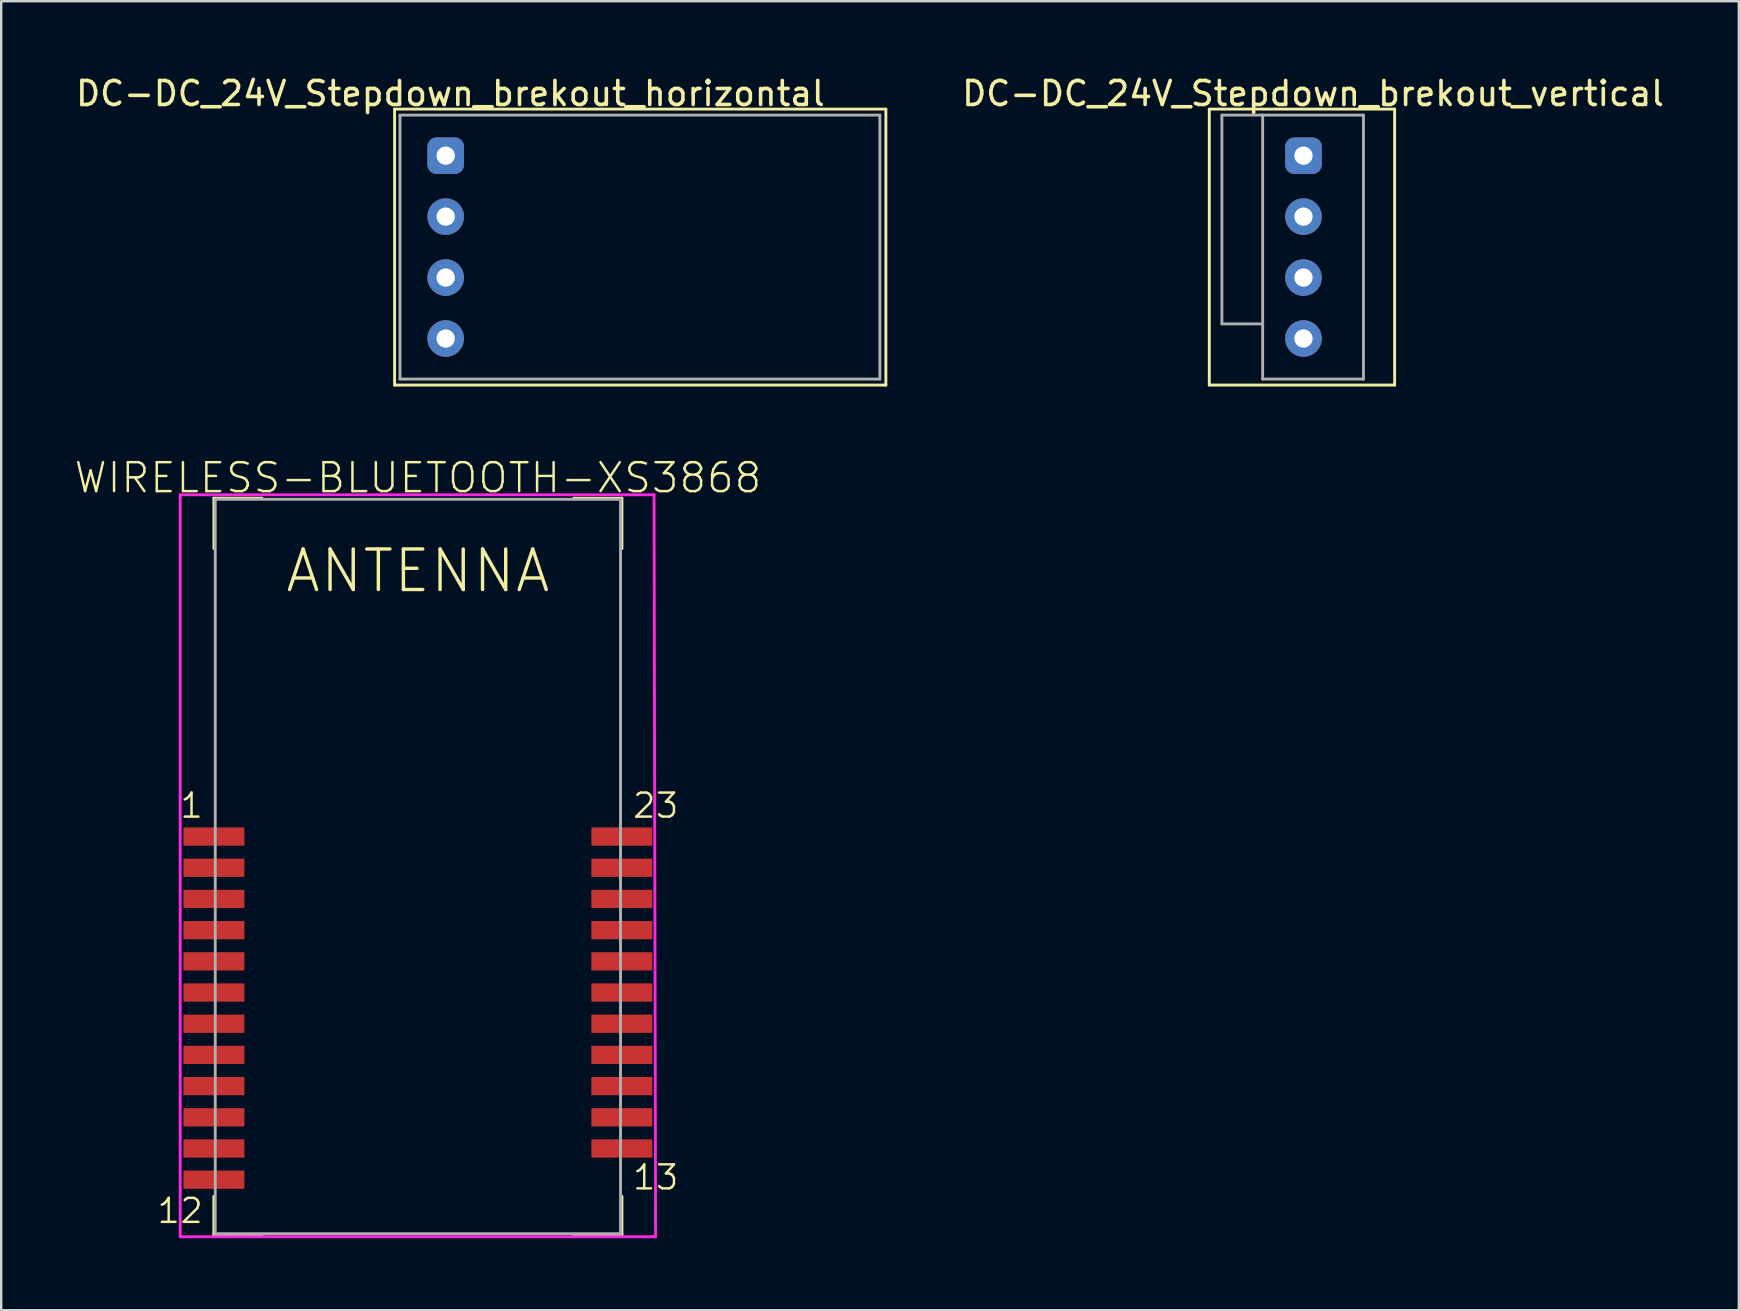
<source format=kicad_pcb>
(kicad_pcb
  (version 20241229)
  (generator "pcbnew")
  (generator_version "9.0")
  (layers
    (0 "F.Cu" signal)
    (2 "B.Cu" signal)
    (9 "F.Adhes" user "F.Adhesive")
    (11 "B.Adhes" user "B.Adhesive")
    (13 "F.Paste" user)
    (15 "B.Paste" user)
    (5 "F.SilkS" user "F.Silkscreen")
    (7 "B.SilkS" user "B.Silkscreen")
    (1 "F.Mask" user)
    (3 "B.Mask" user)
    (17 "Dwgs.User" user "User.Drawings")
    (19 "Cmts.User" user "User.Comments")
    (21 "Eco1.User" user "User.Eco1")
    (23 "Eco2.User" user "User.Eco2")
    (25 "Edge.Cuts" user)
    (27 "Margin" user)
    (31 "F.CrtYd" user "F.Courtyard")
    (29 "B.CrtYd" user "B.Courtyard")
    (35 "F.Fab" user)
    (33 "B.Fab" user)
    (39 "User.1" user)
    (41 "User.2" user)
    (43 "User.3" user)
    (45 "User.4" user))
  (footprint "DC-DC_24V_Stepdown_brekout_vertical"
    (layer "F.Cu")
    (at 49.574 1.748)
    (property "Reference" "DC-DC_24V_Stepdown_brekout_vertical" (at 2.1 -0.9 0) (layer "F.SilkS") (effects (font (size 1 1) (thickness 0.15))))
    (attr through_hole)
    (fp_line (start -2.225 -0.25) (end 5.5 -0.25) (stroke (width 0.12) (type solid)) (layer "F.SilkS"))
    (fp_line (start -2.225 11.25) (end -2.225 -0.25) (stroke (width 0.12) (type solid)) (layer "F.SilkS"))
    (fp_line (start 5.5 -0.25) (end 5.5 11.25) (stroke (width 0.12) (type solid)) (layer "F.SilkS"))
    (fp_line (start 5.5 11.25) (end -2.225 11.25) (stroke (width 0.12) (type solid)) (layer "F.SilkS"))
    (fp_line (start -1.7 0) (end -1.7 8.7) (stroke (width 0.12) (type solid)) (layer "F.Fab"))
    (fp_line (start -1.7 0) (end 4.2 0) (stroke (width 0.12) (type solid)) (layer "F.Fab"))
    (fp_line (start -1.7 8.7) (end 0 8.7) (stroke (width 0.12) (type solid)) (layer "F.Fab"))
    (fp_line (start 0 11) (end 0 0) (stroke (width 0.12) (type solid)) (layer "F.Fab"))
    (fp_line (start 0 11) (end 4.2 11) (stroke (width 0.12) (type solid)) (layer "F.Fab"))
    (fp_line (start 4.2 11) (end 4.2 0) (stroke (width 0.12) (type solid)) (layer "F.Fab"))
    (pad "1" thru_hole roundrect (at 1.7 1.69) (size 1.524 1.524) (drill 0.762) (layers "*.Cu" "*.Mask") (roundrect_rratio 0.25))
    (pad "2" thru_hole circle (at 1.7 4.23) (size 1.524 1.524) (drill 0.762) (layers "*.Cu" "*.Mask"))
    (pad "3" thru_hole circle (at 1.7 6.77) (size 1.524 1.524) (drill 0.762) (layers "*.Cu" "*.Mask"))
    (pad "4" thru_hole circle (at 1.7 9.31 90) (size 1.524 1.524) (drill 0.762) (layers "*.Cu" "*.Mask")))
  (footprint "WIRELESS-BLUETOOTH-XS3868"
    (layer "F.Cu")
    (at 14.366 32.81)
    (property "Reference" "WIRELESS-BLUETOOTH-XS3868" (at 0 -15.24 0) (layer "F.SilkS") (effects (font (size 1.206 1.206) (thickness 0.102)) (justify bottom)))
    (attr through_hole)
    (fp_line (start -8.5 -15.095) (end -8.5 -13) (stroke (width 0.12) (type solid)) (layer "F.SilkS"))
    (fp_line (start -8.5 -15.095) (end -6.5 -15.095) (stroke (width 0.127) (type solid)) (layer "F.SilkS"))
    (fp_line (start -8.5 15.605) (end -8.5 14) (stroke (width 0.127) (type solid)) (layer "F.SilkS"))
    (fp_line (start -8.5 15.605) (end -6.5 15.605) (stroke (width 0.12) (type solid)) (layer "F.SilkS"))
    (fp_line (start 8.5 -15.095) (end 6.5 -15.095) (stroke (width 0.12) (type solid)) (layer "F.SilkS"))
    (fp_line (start 8.5 -15.095) (end 8.5 -13) (stroke (width 0.127) (type solid)) (layer "F.SilkS"))
    (fp_line (start 8.5 14) (end 8.5 15.605) (stroke (width 0.127) (type solid)) (layer "F.SilkS"))
    (fp_line (start 8.5 15.605) (end 6.5 15.605) (stroke (width 0.127) (type solid)) (layer "F.SilkS"))
    (fp_line (start -9.906 15.684) (end -9.906 -15.24) (stroke (width 0.12) (type solid)) (layer "F.CrtYd"))
    (fp_line (start -9.906 15.684) (end 9.779 15.684) (stroke (width 0.12) (type solid)) (layer "F.CrtYd"))
    (fp_line (start 9.779 15.684) (end 9.842 15.684) (stroke (width 0.12) (type solid)) (layer "F.CrtYd"))
    (fp_line (start 9.842 -15.24) (end -9.906 -15.24) (stroke (width 0.12) (type solid)) (layer "F.CrtYd"))
    (fp_line (start 9.842 15.684) (end 9.906 15.684) (stroke (width 0.12) (type solid)) (layer "F.CrtYd"))
    (fp_line (start 9.906 15.684) (end 9.842 -15.24) (stroke (width 0.12) (type solid)) (layer "F.CrtYd"))
    (fp_line (start -8.445 -15.05) (end 8.445 -15.05) (stroke (width 0.12) (type solid)) (layer "F.Fab"))
    (fp_line (start -8.445 15.557) (end -8.445 -15.05) (stroke (width 0.12) (type solid)) (layer "F.Fab"))
    (fp_line (start 8.445 -15.05) (end 8.445 15.557) (stroke (width 0.12) (type solid)) (layer "F.Fab"))
    (fp_line (start 8.445 15.557) (end -8.445 15.557) (stroke (width 0.12) (type solid)) (layer "F.Fab"))
    (fp_text user "1" (at -8.89 -2.286 0) (layer "F.SilkS") (effects (font (size 1 1) (thickness 0.102)) (justify right)))
    (fp_text user "23" (at 8.89 -2.286 0) (layer "F.SilkS") (effects (font (size 1 1) (thickness 0.102)) (justify left)))
    (fp_text user "12" (at -8.89 14.605 0) (layer "F.SilkS") (effects (font (size 1 1) (thickness 0.102)) (justify right)))
    (fp_text user "ANTENNA" (at 0 -12.065 0) (layer "F.SilkS") (effects (font (size 1.689 1.689) (thickness 0.142))))
    (fp_text user "13" (at 8.89 13.208 0) (layer "F.SilkS") (effects (font (size 1 1) (thickness 0.102)) (justify left)))
    (pad "1" smd rect (at -8.5 -0.995) (size 2.54 0.762) (layers "F.Cu" "F.Mask" "F.Paste"))
    (pad "2" smd rect (at -8.5 0.305) (size 2.54 0.762) (layers "F.Cu" "F.Mask" "F.Paste"))
    (pad "3" smd rect (at -8.5 1.605) (size 2.54 0.762) (layers "F.Cu" "F.Mask" "F.Paste"))
    (pad "4" smd rect (at -8.5 2.905) (size 2.54 0.762) (layers "F.Cu" "F.Mask" "F.Paste"))
    (pad "5" smd rect (at -8.5 4.205) (size 2.54 0.762) (layers "F.Cu" "F.Mask" "F.Paste"))
    (pad "6" smd rect (at -8.5 5.505) (size 2.54 0.762) (layers "F.Cu" "F.Mask" "F.Paste"))
    (pad "7" smd rect (at -8.5 6.805) (size 2.54 0.762) (layers "F.Cu" "F.Mask" "F.Paste"))
    (pad "8" smd rect (at -8.5 8.105) (size 2.54 0.762) (layers "F.Cu" "F.Mask" "F.Paste"))
    (pad "9" smd rect (at -8.5 9.405) (size 2.54 0.762) (layers "F.Cu" "F.Mask" "F.Paste"))
    (pad "10" smd rect (at -8.5 10.705) (size 2.54 0.762) (layers "F.Cu" "F.Mask" "F.Paste"))
    (pad "11" smd rect (at -8.5 12.005) (size 2.54 0.762) (layers "F.Cu" "F.Mask" "F.Paste"))
    (pad "12" smd rect (at -8.5 13.305) (size 2.54 0.762) (layers "F.Cu" "F.Mask" "F.Paste"))
    (pad "13" smd rect (at 8.5 12.005) (size 2.54 0.762) (layers "F.Cu" "F.Mask" "F.Paste"))
    (pad "14" smd rect (at 8.5 10.705) (size 2.54 0.762) (layers "F.Cu" "F.Mask" "F.Paste"))
    (pad "15" smd rect (at 8.5 9.405) (size 2.54 0.762) (layers "F.Cu" "F.Mask" "F.Paste"))
    (pad "16" smd rect (at 8.5 8.105) (size 2.54 0.762) (layers "F.Cu" "F.Mask" "F.Paste"))
    (pad "17" smd rect (at 8.5 6.805) (size 2.54 0.762) (layers "F.Cu" "F.Mask" "F.Paste"))
    (pad "18" smd rect (at 8.5 5.505) (size 2.54 0.762) (layers "F.Cu" "F.Mask" "F.Paste"))
    (pad "19" smd rect (at 8.5 4.205) (size 2.54 0.762) (layers "F.Cu" "F.Mask" "F.Paste"))
    (pad "20" smd rect (at 8.5 2.905) (size 2.54 0.762) (layers "F.Cu" "F.Mask" "F.Paste"))
    (pad "21" smd rect (at 8.5 1.605) (size 2.54 0.762) (layers "F.Cu" "F.Mask" "F.Paste"))
    (pad "22" smd rect (at 8.5 0.305) (size 2.54 0.762) (layers "F.Cu" "F.Mask" "F.Paste"))
    (pad "23" smd rect (at 8.5 -0.995) (size 2.54 0.762) (layers "F.Cu" "F.Mask" "F.Paste")))
  (footprint "DC-DC_24V_Stepdown_brekout_horizontal"
    (layer "F.Cu")
    (at 13.62 1.748)
    (property "Reference" "DC-DC_24V_Stepdown_brekout_horizontal" (at 2.1 -0.9 0) (layer "F.SilkS") (effects (font (size 1 1) (thickness 0.15))))
    (attr through_hole)
    (fp_line (start -0.225 -0.25) (end 20.25 -0.25) (stroke (width 0.12) (type solid)) (layer "F.SilkS"))
    (fp_line (start -0.225 11.25) (end -0.225 -0.25) (stroke (width 0.12) (type solid)) (layer "F.SilkS"))
    (fp_line (start 20.25 -0.25) (end 20.25 11.25) (stroke (width 0.12) (type solid)) (layer "F.SilkS"))
    (fp_line (start 20.25 11.25) (end -0.225 11.25) (stroke (width 0.12) (type solid)) (layer "F.SilkS"))
    (fp_line (start 0 0) (end 20 0) (stroke (width 0.12) (type solid)) (layer "F.Fab"))
    (fp_line (start 0 11) (end 0 0) (stroke (width 0.12) (type solid)) (layer "F.Fab"))
    (fp_line (start 0 11) (end 20 11) (stroke (width 0.12) (type solid)) (layer "F.Fab"))
    (fp_line (start 20 11) (end 20 0) (stroke (width 0.12) (type solid)) (layer "F.Fab"))
    (pad "1" thru_hole roundrect (at 1.905 1.69) (size 1.524 1.524) (drill 0.762) (layers "*.Cu" "*.Mask") (roundrect_rratio 0.25))
    (pad "2" thru_hole circle (at 1.905 4.23) (size 1.524 1.524) (drill 0.762) (layers "*.Cu" "*.Mask"))
    (pad "3" thru_hole circle (at 1.905 6.77) (size 1.524 1.524) (drill 0.762) (layers "*.Cu" "*.Mask"))
    (pad "4" thru_hole circle (at 1.905 9.31) (size 1.524 1.524) (drill 0.762) (layers "*.Cu" "*.Mask")))
  (gr_rect
    (start -3 -3)
    (end 69.418 51.554)
    (stroke (width 0.1) (type default))
    (fill no)
    (layer "Edge.Cuts")))
</source>
